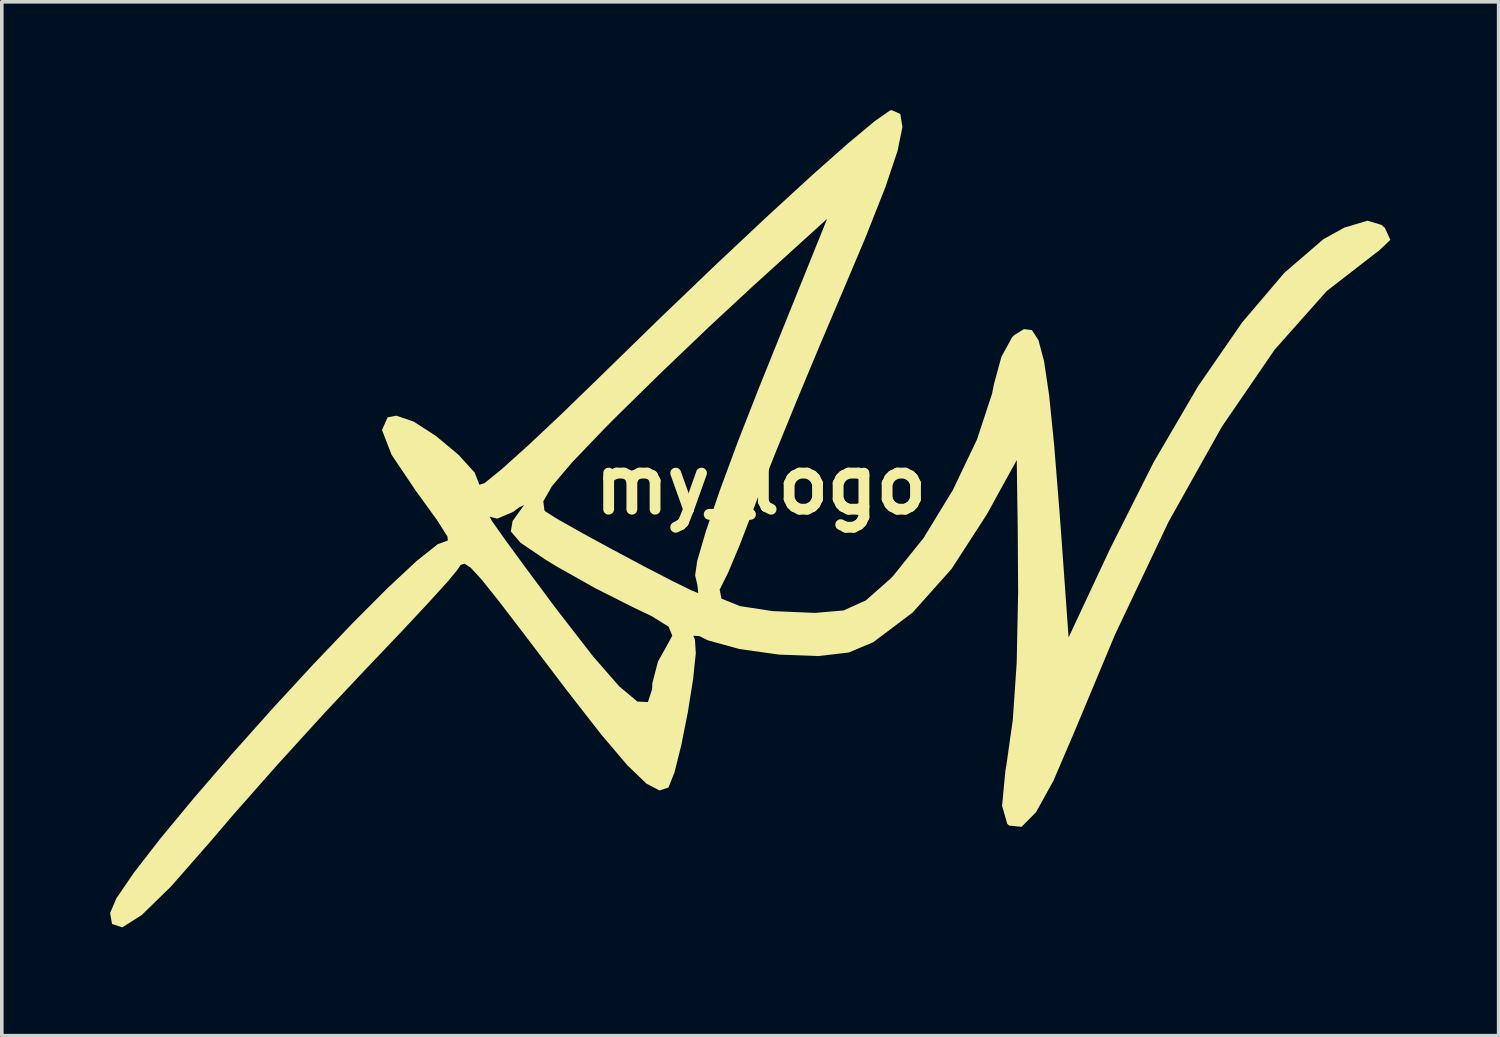
<source format=kicad_pcb>
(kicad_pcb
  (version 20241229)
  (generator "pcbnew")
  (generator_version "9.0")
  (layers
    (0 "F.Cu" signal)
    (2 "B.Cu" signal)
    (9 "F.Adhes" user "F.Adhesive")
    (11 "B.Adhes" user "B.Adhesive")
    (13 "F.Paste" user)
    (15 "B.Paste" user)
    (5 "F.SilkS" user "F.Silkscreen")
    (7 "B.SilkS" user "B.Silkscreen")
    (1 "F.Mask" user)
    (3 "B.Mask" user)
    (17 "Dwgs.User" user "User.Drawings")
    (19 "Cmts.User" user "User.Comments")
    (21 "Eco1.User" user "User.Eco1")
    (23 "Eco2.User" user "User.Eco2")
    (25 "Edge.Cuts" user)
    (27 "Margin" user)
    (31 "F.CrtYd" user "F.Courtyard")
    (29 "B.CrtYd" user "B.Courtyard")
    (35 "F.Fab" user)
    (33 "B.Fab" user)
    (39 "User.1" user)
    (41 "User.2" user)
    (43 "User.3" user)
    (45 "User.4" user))
  (footprint "my_logo"
    (layer "F.Cu")
    (at 18.026 10.378)
    (property "Reference" "my_logo" (at 0 0 0) (layer "F.SilkS") (effects (font (size 1.5 1.5) (thickness 0.3))))
    (attr board_only exclude_from_pos_files exclude_from_bom)
    (fp_poly (pts (xy 3.865 -10.27) (xy 3.924 -9.911) (xy 3.79 -9.251) (xy 3.451 -8.241) (xy 2.893 -6.83) (xy 2.307 -5.443) (xy 1.636 -3.864) (xy 0.982 -2.295) (xy 0.403 -0.876) (xy -0.044 0.255) (xy -0.205 0.683) (xy -0.577 1.655) (xy -0.906 2.439) (xy -1.126 2.88) (xy -1.14 2.901) (xy -1.089 3.156) (xy -0.575 3.363) (xy 0.323 3.501) (xy 1.505 3.551) (xy 2.293 3.483) (xy 2.908 3.207) (xy 3.585 2.61) (xy 3.667 2.526) (xy 4.512 1.473) (xy 5.322 0.145) (xy 5.989 -1.253) (xy 6.406 -2.517) (xy 6.458 -2.781) (xy 6.666 -3.544) (xy 6.964 -4.089) (xy 7.019 -4.142) (xy 7.291 -4.311) (xy 7.511 -4.283) (xy 7.693 -4.003) (xy 7.848 -3.419) (xy 7.988 -2.476) (xy 8.125 -1.121) (xy 8.272 0.7) (xy 8.351 1.774) (xy 8.527 4.231) (xy 9.677 1.774) (xy 10.882 -0.621) (xy 12.114 -2.727) (xy 13.334 -4.495) (xy 14.504 -5.87) (xy 15.587 -6.803) (xy 16.17 -7.124) (xy 16.806 -7.314) (xy 17.2 -7.196) (xy 17.29 -7.112) (xy 17.441 -6.784) (xy 17.117 -6.475) (xy 17.088 -6.458) (xy 15.678 -5.365) (xy 14.236 -3.742) (xy 12.772 -1.605) (xy 11.295 1.03) (xy 9.815 4.148) (xy 8.695 6.828) (xy 8.108 8.2) (xy 7.625 9.073) (xy 7.224 9.477) (xy 6.883 9.444) (xy 6.827 9.394) (xy 6.685 8.893) (xy 6.777 7.92) (xy 6.804 7.767) (xy 6.982 6.508) (xy 7.089 4.943) (xy 7.129 2.985) (xy 7.118 1.229) (xy 7.091 -0.683) (xy 6.264 0.819) (xy 5.287 2.33) (xy 4.209 3.539) (xy 3.117 4.362) (xy 2.435 4.649) (xy 1.588 4.747) (xy 0.503 4.706) (xy -0.592 4.552) (xy -1.465 4.311) (xy -1.702 4.194) (xy -1.87 4.184) (xy -1.824 4.291) (xy -1.8 4.664) (xy -1.876 5.393) (xy -2.021 6.303) (xy -2.203 7.22) (xy -2.391 7.97) (xy -2.553 8.378) (xy -2.565 8.391) (xy -2.807 8.47) (xy -3.167 8.281) (xy -3.69 7.779) (xy -4.421 6.919) (xy -5.404 5.658) (xy -5.581 5.424) (xy -6.56 4.134) (xy -7.259 3.221) (xy -7.732 2.63) (xy -8.03 2.304) (xy -8.206 2.187) (xy -8.313 2.221) (xy -8.401 2.351) (xy -8.41 2.365) (xy -8.666 2.674) (xy -9.222 3.287) (xy -9.996 4.115) (xy -10.907 5.071) (xy -10.93 5.094) (xy -12.108 6.348) (xy -13.402 7.77) (xy -14.62 9.15) (xy -15.261 9.901) (xy -16.345 11.137) (xy -17.15 11.921) (xy -17.688 12.262) (xy -17.972 12.17) (xy -18.026 11.864) (xy -17.851 11.457) (xy -17.366 10.747) (xy -16.632 9.8) (xy -15.707 8.684) (xy -14.653 7.463) (xy -13.528 6.203) (xy -12.393 4.972) (xy -11.308 3.835) (xy -10.333 2.858) (xy -9.527 2.107) (xy -8.951 1.649) (xy -8.67 1.545) (xy -8.679 1.437) (xy -8.963 0.989) (xy -9.038 0.885) (xy -7.512 0.885) (xy -7.444 1.011) (xy -7.1 1.499) (xy -6.532 2.276) (xy -5.795 3.267) (xy -5.628 3.489) (xy -4.641 4.762) (xy -3.914 5.594) (xy -3.419 6.007) (xy -3.127 6.022) (xy -3.01 5.662) (xy -3.004 5.498) (xy -2.848 4.898) (xy -2.628 4.506) (xy -2.452 4.183) (xy -2.555 3.931) (xy -3.023 3.641) (xy -3.529 3.399) (xy -4.583 2.868) (xy -5.67 2.256) (xy -5.974 2.07) (xy -6.651 1.611) (xy -6.925 1.295) (xy -6.876 1.008) (xy -6.78 0.872) (xy -6.556 0.561) (xy -6.704 0.634) (xy -6.853 0.749) (xy -7.302 0.94) (xy -7.512 0.885) (xy -9.038 0.885) (xy -9.345 0.46) (xy -6.025 0.46) (xy -5.994 0.71) (xy -5.956 0.748) (xy -5.622 0.958) (xy -4.965 1.329) (xy -4.126 1.786) (xy -3.244 2.256) (xy -2.458 2.663) (xy -1.907 2.934) (xy -1.733 3.003) (xy -1.755 2.784) (xy -1.819 2.512) (xy -1.761 2.111) (xy -1.523 1.295) (xy -1.134 0.155) (xy -0.625 -1.22) (xy -0.055 -2.673) (xy 1.838 -7.366) (xy -0.242 -5.479) (xy -1.427 -4.379) (xy -2.755 -3.11) (xy -3.989 -1.899) (xy -4.317 -1.569) (xy -5.232 -0.614) (xy -5.786 0.041) (xy -6.025 0.46) (xy -9.345 0.46) (xy -9.463 0.296) (xy -9.543 0.189) (xy -10.228 -0.83) (xy -10.494 -1.517) (xy -10.338 -1.866) (xy -10.093 -1.912) (xy -9.615 -1.748) (xy -8.991 -1.345) (xy -8.376 -0.831) (xy -7.926 -0.336) (xy -7.795 0.002) (xy -7.652 -0.045) (xy -7.181 -0.427) (xy -6.441 -1.092) (xy -5.489 -1.988) (xy -4.436 -3.011) (xy -2.805 -4.601) (xy -1.256 -6.086) (xy 0.164 -7.42) (xy 1.406 -8.56) (xy 2.421 -9.459) (xy 3.16 -10.075) (xy 3.574 -10.363) (xy 3.626 -10.378)) (stroke (width 0) (type solid)) (fill yes) (layer "F.SilkS")))
  (gr_rect
    (start -3 -3)
    (end 38.467 25.641)
    (stroke (width 0.1) (type default))
    (fill no)
    (layer "Edge.Cuts")))
</source>
